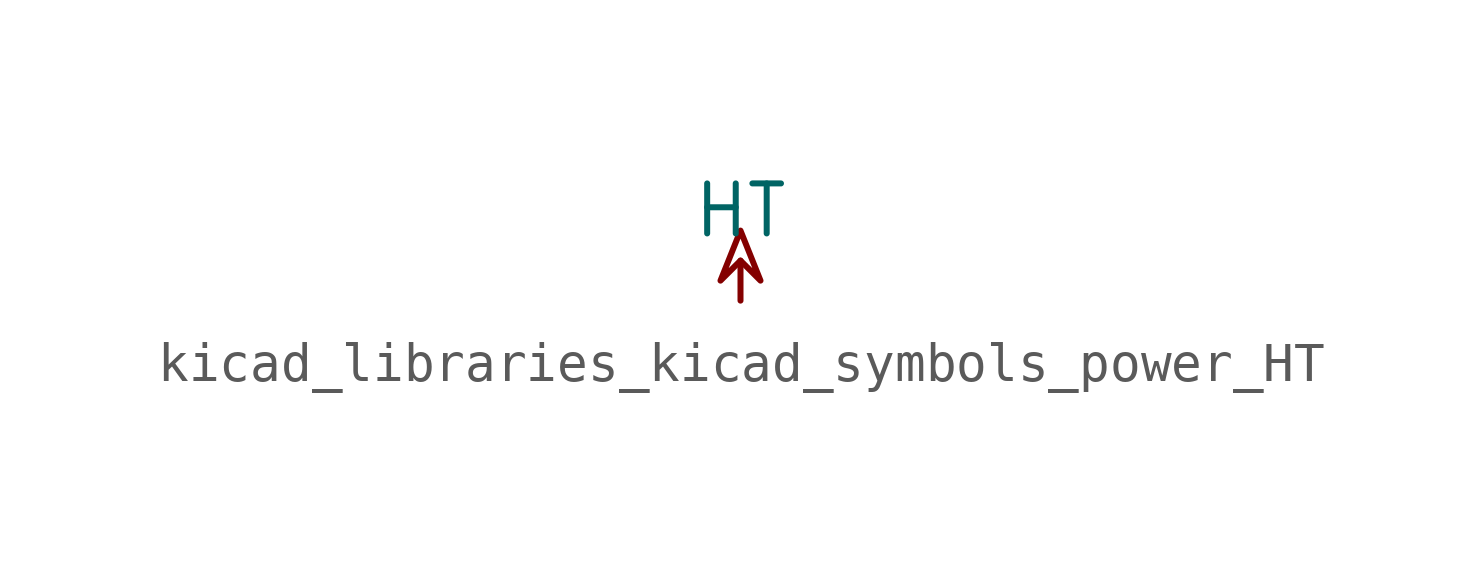
<source format=kicad_sym>
(kicad_symbol_lib
  (version 20220914)
  (generator kicad_symbol_editor)
  (symbol "kicad_libraries_kicad_symbols_power_HT"
    (power)
    (pin_names
      (offset 0))
    (property "Reference" "#PWR"
      (at 0 3.048 0)
      (effects (font (size 1.27 1.27)) hide))
    (property "Value" "HT"
      (at 0 2.286 0)
      (effects (font (size 1.27 1.27))))
    (symbol "kicad_libraries_kicad_symbols_power_HT_0_0"
      (pin power_in line (at 0 0 90) (length 0) hide (name "HT" (effects (font (size 1.27 1.27)))) (number "1" (effects (font (size 1.27 1.27))))))
    (symbol "kicad_libraries_kicad_symbols_power_HT_0_1"
      (polyline (pts (xy 0 0) (xy 0 1.016) (xy 0 1.016)) (stroke (width 0) (type default)) (fill (type none)))
      (polyline (pts (xy 0 1.016) (xy 0.508 0.508) (xy 0 1.778) (xy -0.508 0.508) (xy 0 1.016) (xy 0 1.016)) (stroke (width 0) (type default)) (fill (type none))))))
</source>
